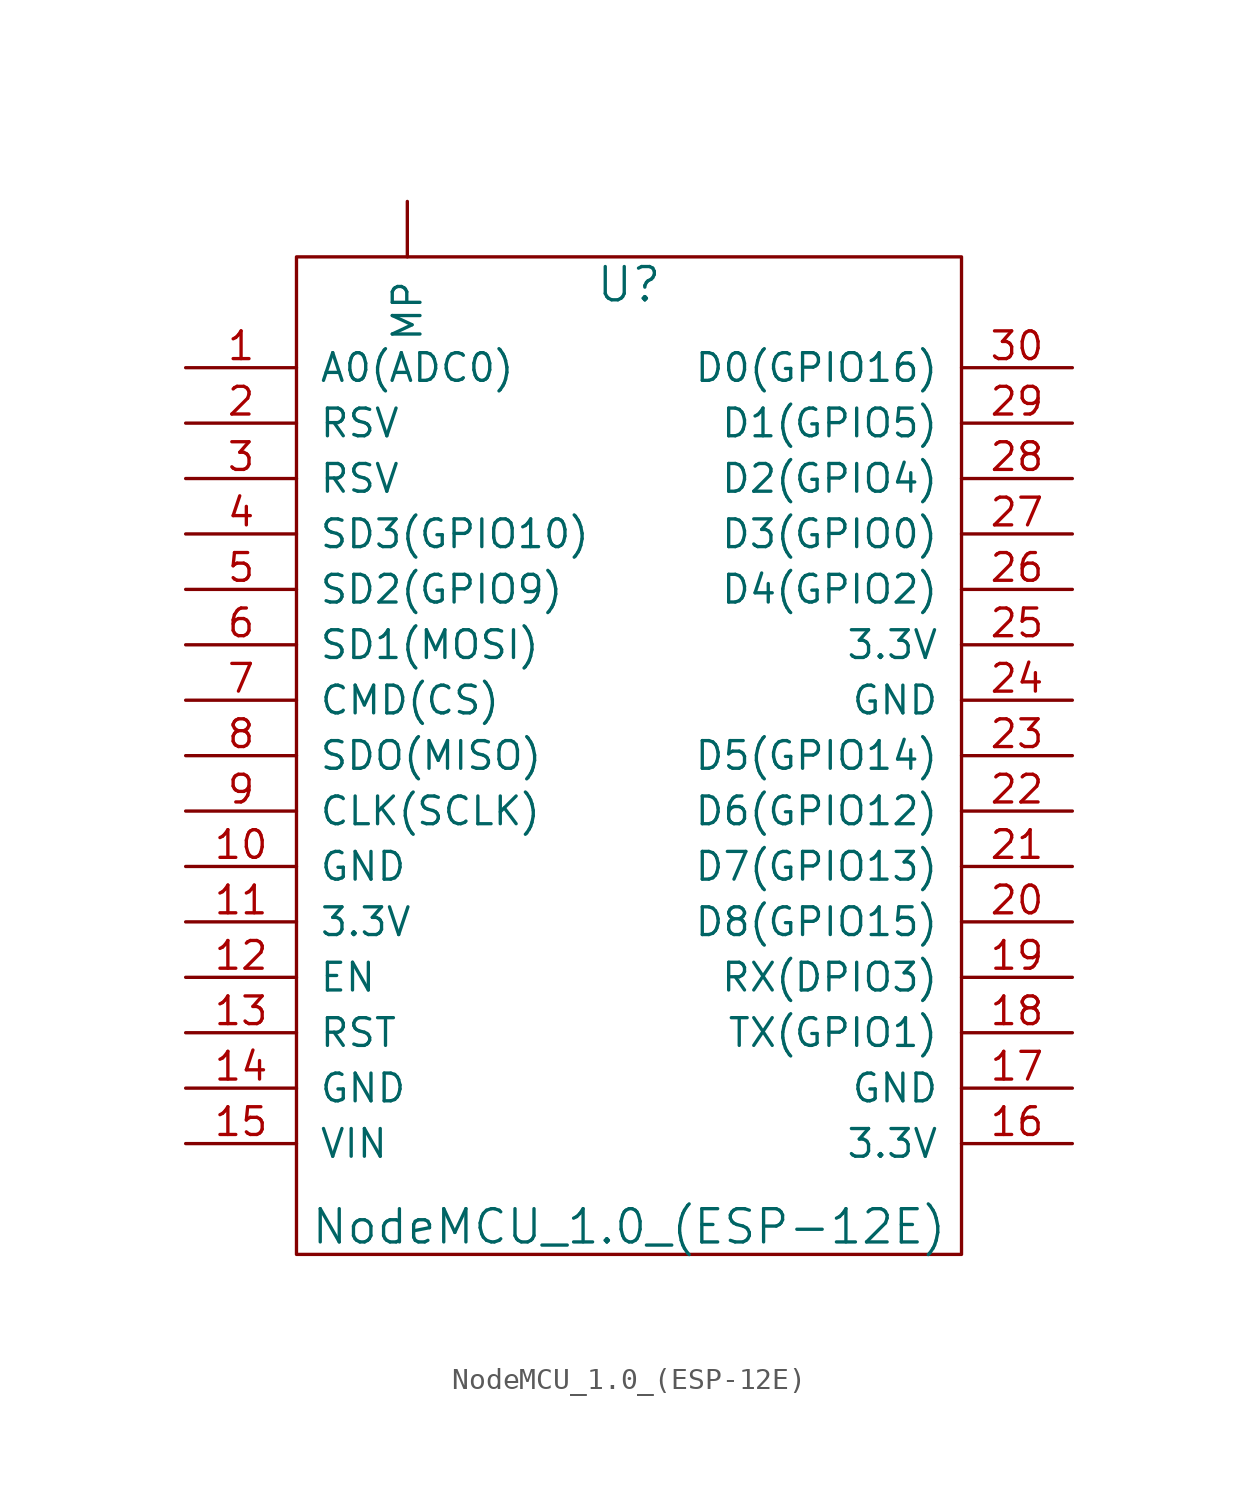
<source format=kicad_sym>
(kicad_symbol_lib
  (version 20220914)
  (generator kicad_symbol_editor)
  (symbol "NodeMCU_1.0_(ESP-12E)"
    (pin_names
      (offset 1.016))
    (property "Reference" "U"
      (at 0 21.59 0)
      (effects (font (size 1.524 1.524))))
    (property "Value" "NodeMCU_1.0_(ESP-12E)"
      (at 0 -21.59 0)
      (effects (font (size 1.524 1.524))))
    (property "Footprint" ""
      (at -15.24 -21.59 0)
      (effects (font (size 1.524 1.524))))
    (property "Datasheet" ""
      (at -15.24 -21.59 0)
      (effects (font (size 1.524 1.524))))
    (symbol "NodeMCU_1.0_(ESP-12E)_0_1"
      (rectangle (start -15.24 -22.86) (end 15.24 22.86) (stroke (width 0) (type solid)) (fill (type none))))
    (symbol "NodeMCU_1.0_(ESP-12E)_1_1"
      (pin power_in line (at -10.16 25.4 270) (length 2.54) (name "MP" (effects (font (size 1.27 1.27)))) (number "" (effects (font (size 1.27 1.27)))))
      (pin input line (at -20.32 17.78 0) (length 5.08) (name "A0(ADC0)" (effects (font (size 1.27 1.27)))) (number "1" (effects (font (size 1.27 1.27)))))
      (pin input line (at -20.32 -5.08 0) (length 5.08) (name "GND" (effects (font (size 1.27 1.27)))) (number "10" (effects (font (size 1.27 1.27)))))
      (pin power_out line (at -20.32 -7.62 0) (length 5.08) (name "3.3V" (effects (font (size 1.27 1.27)))) (number "11" (effects (font (size 1.27 1.27)))))
      (pin input line (at -20.32 -10.16 0) (length 5.08) (name "EN" (effects (font (size 1.27 1.27)))) (number "12" (effects (font (size 1.27 1.27)))))
      (pin input line (at -20.32 -12.7 0) (length 5.08) (name "RST" (effects (font (size 1.27 1.27)))) (number "13" (effects (font (size 1.27 1.27)))))
      (pin power_in line (at -20.32 -15.24 0) (length 5.08) (name "GND" (effects (font (size 1.27 1.27)))) (number "14" (effects (font (size 1.27 1.27)))))
      (pin power_in line (at -20.32 -17.78 0) (length 5.08) (name "VIN" (effects (font (size 1.27 1.27)))) (number "15" (effects (font (size 1.27 1.27)))))
      (pin power_out line (at 20.32 -17.78 180) (length 5.08) (name "3.3V" (effects (font (size 1.27 1.27)))) (number "16" (effects (font (size 1.27 1.27)))))
      (pin power_in line (at 20.32 -15.24 180) (length 5.08) (name "GND" (effects (font (size 1.27 1.27)))) (number "17" (effects (font (size 1.27 1.27)))))
      (pin bidirectional line (at 20.32 -12.7 180) (length 5.08) (name "TX(GPIO1)" (effects (font (size 1.27 1.27)))) (number "18" (effects (font (size 1.27 1.27)))))
      (pin bidirectional line (at 20.32 -10.16 180) (length 5.08) (name "RX(DPIO3)" (effects (font (size 1.27 1.27)))) (number "19" (effects (font (size 1.27 1.27)))))
      (pin input line (at -20.32 15.24 0) (length 5.08) (name "RSV" (effects (font (size 1.27 1.27)))) (number "2" (effects (font (size 1.27 1.27)))))
      (pin bidirectional line (at 20.32 -7.62 180) (length 5.08) (name "D8(GPIO15)" (effects (font (size 1.27 1.27)))) (number "20" (effects (font (size 1.27 1.27)))))
      (pin bidirectional line (at 20.32 -5.08 180) (length 5.08) (name "D7(GPIO13)" (effects (font (size 1.27 1.27)))) (number "21" (effects (font (size 1.27 1.27)))))
      (pin bidirectional line (at 20.32 -2.54 180) (length 5.08) (name "D6(GPIO12)" (effects (font (size 1.27 1.27)))) (number "22" (effects (font (size 1.27 1.27)))))
      (pin bidirectional line (at 20.32 0 180) (length 5.08) (name "D5(GPIO14)" (effects (font (size 1.27 1.27)))) (number "23" (effects (font (size 1.27 1.27)))))
      (pin power_in line (at 20.32 2.54 180) (length 5.08) (name "GND" (effects (font (size 1.27 1.27)))) (number "24" (effects (font (size 1.27 1.27)))))
      (pin power_out line (at 20.32 5.08 180) (length 5.08) (name "3.3V" (effects (font (size 1.27 1.27)))) (number "25" (effects (font (size 1.27 1.27)))))
      (pin bidirectional line (at 20.32 7.62 180) (length 5.08) (name "D4(GPIO2)" (effects (font (size 1.27 1.27)))) (number "26" (effects (font (size 1.27 1.27)))))
      (pin bidirectional line (at 20.32 10.16 180) (length 5.08) (name "D3(GPIO0)" (effects (font (size 1.27 1.27)))) (number "27" (effects (font (size 1.27 1.27)))))
      (pin bidirectional line (at 20.32 12.7 180) (length 5.08) (name "D2(GPIO4)" (effects (font (size 1.27 1.27)))) (number "28" (effects (font (size 1.27 1.27)))))
      (pin bidirectional line (at 20.32 15.24 180) (length 5.08) (name "D1(GPIO5)" (effects (font (size 1.27 1.27)))) (number "29" (effects (font (size 1.27 1.27)))))
      (pin input line (at -20.32 12.7 0) (length 5.08) (name "RSV" (effects (font (size 1.27 1.27)))) (number "3" (effects (font (size 1.27 1.27)))))
      (pin bidirectional line (at 20.32 17.78 180) (length 5.08) (name "D0(GPIO16)" (effects (font (size 1.27 1.27)))) (number "30" (effects (font (size 1.27 1.27)))))
      (pin bidirectional line (at -20.32 10.16 0) (length 5.08) (name "SD3(GPIO10)" (effects (font (size 1.27 1.27)))) (number "4" (effects (font (size 1.27 1.27)))))
      (pin bidirectional line (at -20.32 7.62 0) (length 5.08) (name "SD2(GPIO9)" (effects (font (size 1.27 1.27)))) (number "5" (effects (font (size 1.27 1.27)))))
      (pin bidirectional line (at -20.32 5.08 0) (length 5.08) (name "SD1(MOSI)" (effects (font (size 1.27 1.27)))) (number "6" (effects (font (size 1.27 1.27)))))
      (pin bidirectional line (at -20.32 2.54 0) (length 5.08) (name "CMD(CS)" (effects (font (size 1.27 1.27)))) (number "7" (effects (font (size 1.27 1.27)))))
      (pin bidirectional line (at -20.32 0 0) (length 5.08) (name "SDO(MISO)" (effects (font (size 1.27 1.27)))) (number "8" (effects (font (size 1.27 1.27)))))
      (pin bidirectional line (at -20.32 -2.54 0) (length 5.08) (name "CLK(SCLK)" (effects (font (size 1.27 1.27)))) (number "9" (effects (font (size 1.27 1.27))))))))
</source>
